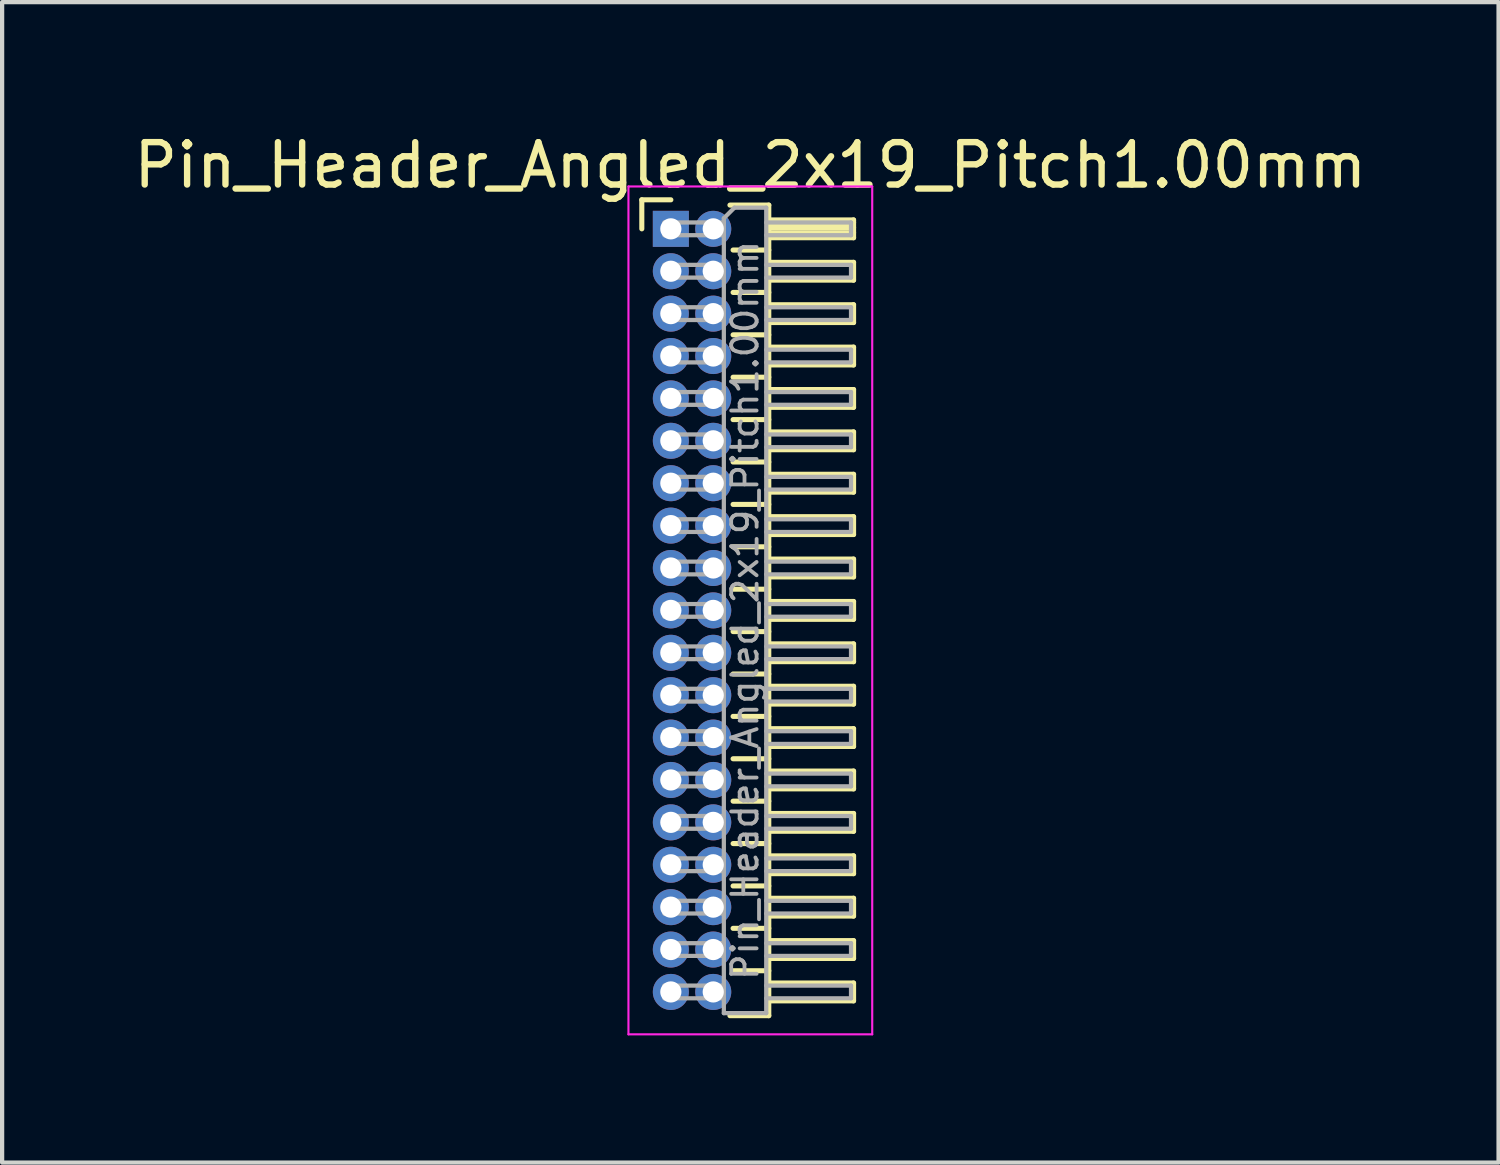
<source format=kicad_pcb>
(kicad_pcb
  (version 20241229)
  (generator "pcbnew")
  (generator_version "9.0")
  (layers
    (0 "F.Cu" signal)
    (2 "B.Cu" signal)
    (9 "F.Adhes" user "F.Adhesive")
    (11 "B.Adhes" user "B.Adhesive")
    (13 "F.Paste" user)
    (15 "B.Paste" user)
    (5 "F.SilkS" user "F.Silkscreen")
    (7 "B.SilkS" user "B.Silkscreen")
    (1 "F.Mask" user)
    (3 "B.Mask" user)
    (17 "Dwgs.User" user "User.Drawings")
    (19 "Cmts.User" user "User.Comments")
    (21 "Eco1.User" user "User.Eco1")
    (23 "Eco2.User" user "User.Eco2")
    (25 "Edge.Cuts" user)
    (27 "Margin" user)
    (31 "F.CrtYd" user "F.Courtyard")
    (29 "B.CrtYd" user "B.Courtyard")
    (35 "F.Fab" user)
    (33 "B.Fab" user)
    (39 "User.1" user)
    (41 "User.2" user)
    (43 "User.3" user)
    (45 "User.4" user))
  (footprint "Pin_Header_Angled_2x19_Pitch1.00mm"
    (layer "F.Cu")
    (at 12.774 2.348)
    (property "Reference" "Pin_Header_Angled_2x19_Pitch1.00mm" (at 1.875 -1.5 0) (layer "F.SilkS") (effects (font (size 1 1) (thickness 0.15))))
    (attr through_hole)
    (fp_line (start -0.685 -0.685) (end 0 -0.685) (stroke (width 0.12) (type solid)) (layer "F.SilkS"))
    (fp_line (start -0.685 0) (end -0.685 -0.685) (stroke (width 0.12) (type solid)) (layer "F.SilkS"))
    (fp_line (start 1.394 -0.56) (end 2.31 -0.56) (stroke (width 0.12) (type solid)) (layer "F.SilkS"))
    (fp_line (start 1.468 0.5) (end 2.31 0.5) (stroke (width 0.12) (type solid)) (layer "F.SilkS"))
    (fp_line (start 1.468 1.5) (end 2.31 1.5) (stroke (width 0.12) (type solid)) (layer "F.SilkS"))
    (fp_line (start 1.468 2.5) (end 2.31 2.5) (stroke (width 0.12) (type solid)) (layer "F.SilkS"))
    (fp_line (start 1.468 3.5) (end 2.31 3.5) (stroke (width 0.12) (type solid)) (layer "F.SilkS"))
    (fp_line (start 1.468 4.5) (end 2.31 4.5) (stroke (width 0.12) (type solid)) (layer "F.SilkS"))
    (fp_line (start 1.468 5.5) (end 2.31 5.5) (stroke (width 0.12) (type solid)) (layer "F.SilkS"))
    (fp_line (start 1.468 6.5) (end 2.31 6.5) (stroke (width 0.12) (type solid)) (layer "F.SilkS"))
    (fp_line (start 1.468 7.5) (end 2.31 7.5) (stroke (width 0.12) (type solid)) (layer "F.SilkS"))
    (fp_line (start 1.468 8.5) (end 2.31 8.5) (stroke (width 0.12) (type solid)) (layer "F.SilkS"))
    (fp_line (start 1.468 9.5) (end 2.31 9.5) (stroke (width 0.12) (type solid)) (layer "F.SilkS"))
    (fp_line (start 1.468 10.5) (end 2.31 10.5) (stroke (width 0.12) (type solid)) (layer "F.SilkS"))
    (fp_line (start 1.468 11.5) (end 2.31 11.5) (stroke (width 0.12) (type solid)) (layer "F.SilkS"))
    (fp_line (start 1.468 12.5) (end 2.31 12.5) (stroke (width 0.12) (type solid)) (layer "F.SilkS"))
    (fp_line (start 1.468 13.5) (end 2.31 13.5) (stroke (width 0.12) (type solid)) (layer "F.SilkS"))
    (fp_line (start 1.468 14.5) (end 2.31 14.5) (stroke (width 0.12) (type solid)) (layer "F.SilkS"))
    (fp_line (start 1.468 15.5) (end 2.31 15.5) (stroke (width 0.12) (type solid)) (layer "F.SilkS"))
    (fp_line (start 1.468 16.5) (end 2.31 16.5) (stroke (width 0.12) (type solid)) (layer "F.SilkS"))
    (fp_line (start 1.468 17.5) (end 2.31 17.5) (stroke (width 0.12) (type solid)) (layer "F.SilkS"))
    (fp_line (start 2.31 -0.56) (end 2.31 18.56) (stroke (width 0.12) (type solid)) (layer "F.SilkS"))
    (fp_line (start 2.31 -0.21) (end 4.31 -0.21) (stroke (width 0.12) (type solid)) (layer "F.SilkS"))
    (fp_line (start 2.31 -0.15) (end 4.31 -0.15) (stroke (width 0.12) (type solid)) (layer "F.SilkS"))
    (fp_line (start 2.31 -0.03) (end 4.31 -0.03) (stroke (width 0.12) (type solid)) (layer "F.SilkS"))
    (fp_line (start 2.31 0.09) (end 4.31 0.09) (stroke (width 0.12) (type solid)) (layer "F.SilkS"))
    (fp_line (start 2.31 0.79) (end 4.31 0.79) (stroke (width 0.12) (type solid)) (layer "F.SilkS"))
    (fp_line (start 2.31 1.79) (end 4.31 1.79) (stroke (width 0.12) (type solid)) (layer "F.SilkS"))
    (fp_line (start 2.31 2.79) (end 4.31 2.79) (stroke (width 0.12) (type solid)) (layer "F.SilkS"))
    (fp_line (start 2.31 3.79) (end 4.31 3.79) (stroke (width 0.12) (type solid)) (layer "F.SilkS"))
    (fp_line (start 2.31 4.79) (end 4.31 4.79) (stroke (width 0.12) (type solid)) (layer "F.SilkS"))
    (fp_line (start 2.31 5.79) (end 4.31 5.79) (stroke (width 0.12) (type solid)) (layer "F.SilkS"))
    (fp_line (start 2.31 6.79) (end 4.31 6.79) (stroke (width 0.12) (type solid)) (layer "F.SilkS"))
    (fp_line (start 2.31 7.79) (end 4.31 7.79) (stroke (width 0.12) (type solid)) (layer "F.SilkS"))
    (fp_line (start 2.31 8.79) (end 4.31 8.79) (stroke (width 0.12) (type solid)) (layer "F.SilkS"))
    (fp_line (start 2.31 9.79) (end 4.31 9.79) (stroke (width 0.12) (type solid)) (layer "F.SilkS"))
    (fp_line (start 2.31 10.79) (end 4.31 10.79) (stroke (width 0.12) (type solid)) (layer "F.SilkS"))
    (fp_line (start 2.31 11.79) (end 4.31 11.79) (stroke (width 0.12) (type solid)) (layer "F.SilkS"))
    (fp_line (start 2.31 12.79) (end 4.31 12.79) (stroke (width 0.12) (type solid)) (layer "F.SilkS"))
    (fp_line (start 2.31 13.79) (end 4.31 13.79) (stroke (width 0.12) (type solid)) (layer "F.SilkS"))
    (fp_line (start 2.31 14.79) (end 4.31 14.79) (stroke (width 0.12) (type solid)) (layer "F.SilkS"))
    (fp_line (start 2.31 15.79) (end 4.31 15.79) (stroke (width 0.12) (type solid)) (layer "F.SilkS"))
    (fp_line (start 2.31 16.79) (end 4.31 16.79) (stroke (width 0.12) (type solid)) (layer "F.SilkS"))
    (fp_line (start 2.31 17.79) (end 4.31 17.79) (stroke (width 0.12) (type solid)) (layer "F.SilkS"))
    (fp_line (start 2.31 18.56) (end 1.394 18.56) (stroke (width 0.12) (type solid)) (layer "F.SilkS"))
    (fp_line (start 4.31 -0.21) (end 4.31 0.21) (stroke (width 0.12) (type solid)) (layer "F.SilkS"))
    (fp_line (start 4.31 0.21) (end 2.31 0.21) (stroke (width 0.12) (type solid)) (layer "F.SilkS"))
    (fp_line (start 4.31 0.79) (end 4.31 1.21) (stroke (width 0.12) (type solid)) (layer "F.SilkS"))
    (fp_line (start 4.31 1.21) (end 2.31 1.21) (stroke (width 0.12) (type solid)) (layer "F.SilkS"))
    (fp_line (start 4.31 1.79) (end 4.31 2.21) (stroke (width 0.12) (type solid)) (layer "F.SilkS"))
    (fp_line (start 4.31 2.21) (end 2.31 2.21) (stroke (width 0.12) (type solid)) (layer "F.SilkS"))
    (fp_line (start 4.31 2.79) (end 4.31 3.21) (stroke (width 0.12) (type solid)) (layer "F.SilkS"))
    (fp_line (start 4.31 3.21) (end 2.31 3.21) (stroke (width 0.12) (type solid)) (layer "F.SilkS"))
    (fp_line (start 4.31 3.79) (end 4.31 4.21) (stroke (width 0.12) (type solid)) (layer "F.SilkS"))
    (fp_line (start 4.31 4.21) (end 2.31 4.21) (stroke (width 0.12) (type solid)) (layer "F.SilkS"))
    (fp_line (start 4.31 4.79) (end 4.31 5.21) (stroke (width 0.12) (type solid)) (layer "F.SilkS"))
    (fp_line (start 4.31 5.21) (end 2.31 5.21) (stroke (width 0.12) (type solid)) (layer "F.SilkS"))
    (fp_line (start 4.31 5.79) (end 4.31 6.21) (stroke (width 0.12) (type solid)) (layer "F.SilkS"))
    (fp_line (start 4.31 6.21) (end 2.31 6.21) (stroke (width 0.12) (type solid)) (layer "F.SilkS"))
    (fp_line (start 4.31 6.79) (end 4.31 7.21) (stroke (width 0.12) (type solid)) (layer "F.SilkS"))
    (fp_line (start 4.31 7.21) (end 2.31 7.21) (stroke (width 0.12) (type solid)) (layer "F.SilkS"))
    (fp_line (start 4.31 7.79) (end 4.31 8.21) (stroke (width 0.12) (type solid)) (layer "F.SilkS"))
    (fp_line (start 4.31 8.21) (end 2.31 8.21) (stroke (width 0.12) (type solid)) (layer "F.SilkS"))
    (fp_line (start 4.31 8.79) (end 4.31 9.21) (stroke (width 0.12) (type solid)) (layer "F.SilkS"))
    (fp_line (start 4.31 9.21) (end 2.31 9.21) (stroke (width 0.12) (type solid)) (layer "F.SilkS"))
    (fp_line (start 4.31 9.79) (end 4.31 10.21) (stroke (width 0.12) (type solid)) (layer "F.SilkS"))
    (fp_line (start 4.31 10.21) (end 2.31 10.21) (stroke (width 0.12) (type solid)) (layer "F.SilkS"))
    (fp_line (start 4.31 10.79) (end 4.31 11.21) (stroke (width 0.12) (type solid)) (layer "F.SilkS"))
    (fp_line (start 4.31 11.21) (end 2.31 11.21) (stroke (width 0.12) (type solid)) (layer "F.SilkS"))
    (fp_line (start 4.31 11.79) (end 4.31 12.21) (stroke (width 0.12) (type solid)) (layer "F.SilkS"))
    (fp_line (start 4.31 12.21) (end 2.31 12.21) (stroke (width 0.12) (type solid)) (layer "F.SilkS"))
    (fp_line (start 4.31 12.79) (end 4.31 13.21) (stroke (width 0.12) (type solid)) (layer "F.SilkS"))
    (fp_line (start 4.31 13.21) (end 2.31 13.21) (stroke (width 0.12) (type solid)) (layer "F.SilkS"))
    (fp_line (start 4.31 13.79) (end 4.31 14.21) (stroke (width 0.12) (type solid)) (layer "F.SilkS"))
    (fp_line (start 4.31 14.21) (end 2.31 14.21) (stroke (width 0.12) (type solid)) (layer "F.SilkS"))
    (fp_line (start 4.31 14.79) (end 4.31 15.21) (stroke (width 0.12) (type solid)) (layer "F.SilkS"))
    (fp_line (start 4.31 15.21) (end 2.31 15.21) (stroke (width 0.12) (type solid)) (layer "F.SilkS"))
    (fp_line (start 4.31 15.79) (end 4.31 16.21) (stroke (width 0.12) (type solid)) (layer "F.SilkS"))
    (fp_line (start 4.31 16.21) (end 2.31 16.21) (stroke (width 0.12) (type solid)) (layer "F.SilkS"))
    (fp_line (start 4.31 16.79) (end 4.31 17.21) (stroke (width 0.12) (type solid)) (layer "F.SilkS"))
    (fp_line (start 4.31 17.21) (end 2.31 17.21) (stroke (width 0.12) (type solid)) (layer "F.SilkS"))
    (fp_line (start 4.31 17.79) (end 4.31 18.21) (stroke (width 0.12) (type solid)) (layer "F.SilkS"))
    (fp_line (start 4.31 18.21) (end 2.31 18.21) (stroke (width 0.12) (type solid)) (layer "F.SilkS"))
    (fp_line (start -1 -1) (end -1 19) (stroke (width 0.05) (type solid)) (layer "F.CrtYd"))
    (fp_line (start -1 19) (end 4.75 19) (stroke (width 0.05) (type solid)) (layer "F.CrtYd"))
    (fp_line (start 4.75 -1) (end -1 -1) (stroke (width 0.05) (type solid)) (layer "F.CrtYd"))
    (fp_line (start 4.75 19) (end 4.75 -1) (stroke (width 0.05) (type solid)) (layer "F.CrtYd"))
    (fp_line (start -0.15 -0.15) (end -0.15 0.15) (stroke (width 0.1) (type solid)) (layer "F.Fab"))
    (fp_line (start -0.15 -0.15) (end 1.25 -0.15) (stroke (width 0.1) (type solid)) (layer "F.Fab"))
    (fp_line (start -0.15 0.15) (end 1.25 0.15) (stroke (width 0.1) (type solid)) (layer "F.Fab"))
    (fp_line (start -0.15 0.85) (end -0.15 1.15) (stroke (width 0.1) (type solid)) (layer "F.Fab"))
    (fp_line (start -0.15 0.85) (end 1.25 0.85) (stroke (width 0.1) (type solid)) (layer "F.Fab"))
    (fp_line (start -0.15 1.15) (end 1.25 1.15) (stroke (width 0.1) (type solid)) (layer "F.Fab"))
    (fp_line (start -0.15 1.85) (end -0.15 2.15) (stroke (width 0.1) (type solid)) (layer "F.Fab"))
    (fp_line (start -0.15 1.85) (end 1.25 1.85) (stroke (width 0.1) (type solid)) (layer "F.Fab"))
    (fp_line (start -0.15 2.15) (end 1.25 2.15) (stroke (width 0.1) (type solid)) (layer "F.Fab"))
    (fp_line (start -0.15 2.85) (end -0.15 3.15) (stroke (width 0.1) (type solid)) (layer "F.Fab"))
    (fp_line (start -0.15 2.85) (end 1.25 2.85) (stroke (width 0.1) (type solid)) (layer "F.Fab"))
    (fp_line (start -0.15 3.15) (end 1.25 3.15) (stroke (width 0.1) (type solid)) (layer "F.Fab"))
    (fp_line (start -0.15 3.85) (end -0.15 4.15) (stroke (width 0.1) (type solid)) (layer "F.Fab"))
    (fp_line (start -0.15 3.85) (end 1.25 3.85) (stroke (width 0.1) (type solid)) (layer "F.Fab"))
    (fp_line (start -0.15 4.15) (end 1.25 4.15) (stroke (width 0.1) (type solid)) (layer "F.Fab"))
    (fp_line (start -0.15 4.85) (end -0.15 5.15) (stroke (width 0.1) (type solid)) (layer "F.Fab"))
    (fp_line (start -0.15 4.85) (end 1.25 4.85) (stroke (width 0.1) (type solid)) (layer "F.Fab"))
    (fp_line (start -0.15 5.15) (end 1.25 5.15) (stroke (width 0.1) (type solid)) (layer "F.Fab"))
    (fp_line (start -0.15 5.85) (end -0.15 6.15) (stroke (width 0.1) (type solid)) (layer "F.Fab"))
    (fp_line (start -0.15 5.85) (end 1.25 5.85) (stroke (width 0.1) (type solid)) (layer "F.Fab"))
    (fp_line (start -0.15 6.15) (end 1.25 6.15) (stroke (width 0.1) (type solid)) (layer "F.Fab"))
    (fp_line (start -0.15 6.85) (end -0.15 7.15) (stroke (width 0.1) (type solid)) (layer "F.Fab"))
    (fp_line (start -0.15 6.85) (end 1.25 6.85) (stroke (width 0.1) (type solid)) (layer "F.Fab"))
    (fp_line (start -0.15 7.15) (end 1.25 7.15) (stroke (width 0.1) (type solid)) (layer "F.Fab"))
    (fp_line (start -0.15 7.85) (end -0.15 8.15) (stroke (width 0.1) (type solid)) (layer "F.Fab"))
    (fp_line (start -0.15 7.85) (end 1.25 7.85) (stroke (width 0.1) (type solid)) (layer "F.Fab"))
    (fp_line (start -0.15 8.15) (end 1.25 8.15) (stroke (width 0.1) (type solid)) (layer "F.Fab"))
    (fp_line (start -0.15 8.85) (end -0.15 9.15) (stroke (width 0.1) (type solid)) (layer "F.Fab"))
    (fp_line (start -0.15 8.85) (end 1.25 8.85) (stroke (width 0.1) (type solid)) (layer "F.Fab"))
    (fp_line (start -0.15 9.15) (end 1.25 9.15) (stroke (width 0.1) (type solid)) (layer "F.Fab"))
    (fp_line (start -0.15 9.85) (end -0.15 10.15) (stroke (width 0.1) (type solid)) (layer "F.Fab"))
    (fp_line (start -0.15 9.85) (end 1.25 9.85) (stroke (width 0.1) (type solid)) (layer "F.Fab"))
    (fp_line (start -0.15 10.15) (end 1.25 10.15) (stroke (width 0.1) (type solid)) (layer "F.Fab"))
    (fp_line (start -0.15 10.85) (end -0.15 11.15) (stroke (width 0.1) (type solid)) (layer "F.Fab"))
    (fp_line (start -0.15 10.85) (end 1.25 10.85) (stroke (width 0.1) (type solid)) (layer "F.Fab"))
    (fp_line (start -0.15 11.15) (end 1.25 11.15) (stroke (width 0.1) (type solid)) (layer "F.Fab"))
    (fp_line (start -0.15 11.85) (end -0.15 12.15) (stroke (width 0.1) (type solid)) (layer "F.Fab"))
    (fp_line (start -0.15 11.85) (end 1.25 11.85) (stroke (width 0.1) (type solid)) (layer "F.Fab"))
    (fp_line (start -0.15 12.15) (end 1.25 12.15) (stroke (width 0.1) (type solid)) (layer "F.Fab"))
    (fp_line (start -0.15 12.85) (end -0.15 13.15) (stroke (width 0.1) (type solid)) (layer "F.Fab"))
    (fp_line (start -0.15 12.85) (end 1.25 12.85) (stroke (width 0.1) (type solid)) (layer "F.Fab"))
    (fp_line (start -0.15 13.15) (end 1.25 13.15) (stroke (width 0.1) (type solid)) (layer "F.Fab"))
    (fp_line (start -0.15 13.85) (end -0.15 14.15) (stroke (width 0.1) (type solid)) (layer "F.Fab"))
    (fp_line (start -0.15 13.85) (end 1.25 13.85) (stroke (width 0.1) (type solid)) (layer "F.Fab"))
    (fp_line (start -0.15 14.15) (end 1.25 14.15) (stroke (width 0.1) (type solid)) (layer "F.Fab"))
    (fp_line (start -0.15 14.85) (end -0.15 15.15) (stroke (width 0.1) (type solid)) (layer "F.Fab"))
    (fp_line (start -0.15 14.85) (end 1.25 14.85) (stroke (width 0.1) (type solid)) (layer "F.Fab"))
    (fp_line (start -0.15 15.15) (end 1.25 15.15) (stroke (width 0.1) (type solid)) (layer "F.Fab"))
    (fp_line (start -0.15 15.85) (end -0.15 16.15) (stroke (width 0.1) (type solid)) (layer "F.Fab"))
    (fp_line (start -0.15 15.85) (end 1.25 15.85) (stroke (width 0.1) (type solid)) (layer "F.Fab"))
    (fp_line (start -0.15 16.15) (end 1.25 16.15) (stroke (width 0.1) (type solid)) (layer "F.Fab"))
    (fp_line (start -0.15 16.85) (end -0.15 17.15) (stroke (width 0.1) (type solid)) (layer "F.Fab"))
    (fp_line (start -0.15 16.85) (end 1.25 16.85) (stroke (width 0.1) (type solid)) (layer "F.Fab"))
    (fp_line (start -0.15 17.15) (end 1.25 17.15) (stroke (width 0.1) (type solid)) (layer "F.Fab"))
    (fp_line (start -0.15 17.85) (end -0.15 18.15) (stroke (width 0.1) (type solid)) (layer "F.Fab"))
    (fp_line (start -0.15 17.85) (end 1.25 17.85) (stroke (width 0.1) (type solid)) (layer "F.Fab"))
    (fp_line (start -0.15 18.15) (end 1.25 18.15) (stroke (width 0.1) (type solid)) (layer "F.Fab"))
    (fp_line (start 1.25 -0.25) (end 1.5 -0.5) (stroke (width 0.1) (type solid)) (layer "F.Fab"))
    (fp_line (start 1.25 18.5) (end 1.25 -0.25) (stroke (width 0.1) (type solid)) (layer "F.Fab"))
    (fp_line (start 1.5 -0.5) (end 2.25 -0.5) (stroke (width 0.1) (type solid)) (layer "F.Fab"))
    (fp_line (start 2.25 -0.5) (end 2.25 18.5) (stroke (width 0.1) (type solid)) (layer "F.Fab"))
    (fp_line (start 2.25 -0.15) (end 4.25 -0.15) (stroke (width 0.1) (type solid)) (layer "F.Fab"))
    (fp_line (start 2.25 0.15) (end 4.25 0.15) (stroke (width 0.1) (type solid)) (layer "F.Fab"))
    (fp_line (start 2.25 0.85) (end 4.25 0.85) (stroke (width 0.1) (type solid)) (layer "F.Fab"))
    (fp_line (start 2.25 1.15) (end 4.25 1.15) (stroke (width 0.1) (type solid)) (layer "F.Fab"))
    (fp_line (start 2.25 1.85) (end 4.25 1.85) (stroke (width 0.1) (type solid)) (layer "F.Fab"))
    (fp_line (start 2.25 2.15) (end 4.25 2.15) (stroke (width 0.1) (type solid)) (layer "F.Fab"))
    (fp_line (start 2.25 2.85) (end 4.25 2.85) (stroke (width 0.1) (type solid)) (layer "F.Fab"))
    (fp_line (start 2.25 3.15) (end 4.25 3.15) (stroke (width 0.1) (type solid)) (layer "F.Fab"))
    (fp_line (start 2.25 3.85) (end 4.25 3.85) (stroke (width 0.1) (type solid)) (layer "F.Fab"))
    (fp_line (start 2.25 4.15) (end 4.25 4.15) (stroke (width 0.1) (type solid)) (layer "F.Fab"))
    (fp_line (start 2.25 4.85) (end 4.25 4.85) (stroke (width 0.1) (type solid)) (layer "F.Fab"))
    (fp_line (start 2.25 5.15) (end 4.25 5.15) (stroke (width 0.1) (type solid)) (layer "F.Fab"))
    (fp_line (start 2.25 5.85) (end 4.25 5.85) (stroke (width 0.1) (type solid)) (layer "F.Fab"))
    (fp_line (start 2.25 6.15) (end 4.25 6.15) (stroke (width 0.1) (type solid)) (layer "F.Fab"))
    (fp_line (start 2.25 6.85) (end 4.25 6.85) (stroke (width 0.1) (type solid)) (layer "F.Fab"))
    (fp_line (start 2.25 7.15) (end 4.25 7.15) (stroke (width 0.1) (type solid)) (layer "F.Fab"))
    (fp_line (start 2.25 7.85) (end 4.25 7.85) (stroke (width 0.1) (type solid)) (layer "F.Fab"))
    (fp_line (start 2.25 8.15) (end 4.25 8.15) (stroke (width 0.1) (type solid)) (layer "F.Fab"))
    (fp_line (start 2.25 8.85) (end 4.25 8.85) (stroke (width 0.1) (type solid)) (layer "F.Fab"))
    (fp_line (start 2.25 9.15) (end 4.25 9.15) (stroke (width 0.1) (type solid)) (layer "F.Fab"))
    (fp_line (start 2.25 9.85) (end 4.25 9.85) (stroke (width 0.1) (type solid)) (layer "F.Fab"))
    (fp_line (start 2.25 10.15) (end 4.25 10.15) (stroke (width 0.1) (type solid)) (layer "F.Fab"))
    (fp_line (start 2.25 10.85) (end 4.25 10.85) (stroke (width 0.1) (type solid)) (layer "F.Fab"))
    (fp_line (start 2.25 11.15) (end 4.25 11.15) (stroke (width 0.1) (type solid)) (layer "F.Fab"))
    (fp_line (start 2.25 11.85) (end 4.25 11.85) (stroke (width 0.1) (type solid)) (layer "F.Fab"))
    (fp_line (start 2.25 12.15) (end 4.25 12.15) (stroke (width 0.1) (type solid)) (layer "F.Fab"))
    (fp_line (start 2.25 12.85) (end 4.25 12.85) (stroke (width 0.1) (type solid)) (layer "F.Fab"))
    (fp_line (start 2.25 13.15) (end 4.25 13.15) (stroke (width 0.1) (type solid)) (layer "F.Fab"))
    (fp_line (start 2.25 13.85) (end 4.25 13.85) (stroke (width 0.1) (type solid)) (layer "F.Fab"))
    (fp_line (start 2.25 14.15) (end 4.25 14.15) (stroke (width 0.1) (type solid)) (layer "F.Fab"))
    (fp_line (start 2.25 14.85) (end 4.25 14.85) (stroke (width 0.1) (type solid)) (layer "F.Fab"))
    (fp_line (start 2.25 15.15) (end 4.25 15.15) (stroke (width 0.1) (type solid)) (layer "F.Fab"))
    (fp_line (start 2.25 15.85) (end 4.25 15.85) (stroke (width 0.1) (type solid)) (layer "F.Fab"))
    (fp_line (start 2.25 16.15) (end 4.25 16.15) (stroke (width 0.1) (type solid)) (layer "F.Fab"))
    (fp_line (start 2.25 16.85) (end 4.25 16.85) (stroke (width 0.1) (type solid)) (layer "F.Fab"))
    (fp_line (start 2.25 17.15) (end 4.25 17.15) (stroke (width 0.1) (type solid)) (layer "F.Fab"))
    (fp_line (start 2.25 17.85) (end 4.25 17.85) (stroke (width 0.1) (type solid)) (layer "F.Fab"))
    (fp_line (start 2.25 18.15) (end 4.25 18.15) (stroke (width 0.1) (type solid)) (layer "F.Fab"))
    (fp_line (start 2.25 18.5) (end 1.25 18.5) (stroke (width 0.1) (type solid)) (layer "F.Fab"))
    (fp_line (start 4.25 -0.15) (end 4.25 0.15) (stroke (width 0.1) (type solid)) (layer "F.Fab"))
    (fp_line (start 4.25 0.85) (end 4.25 1.15) (stroke (width 0.1) (type solid)) (layer "F.Fab"))
    (fp_line (start 4.25 1.85) (end 4.25 2.15) (stroke (width 0.1) (type solid)) (layer "F.Fab"))
    (fp_line (start 4.25 2.85) (end 4.25 3.15) (stroke (width 0.1) (type solid)) (layer "F.Fab"))
    (fp_line (start 4.25 3.85) (end 4.25 4.15) (stroke (width 0.1) (type solid)) (layer "F.Fab"))
    (fp_line (start 4.25 4.85) (end 4.25 5.15) (stroke (width 0.1) (type solid)) (layer "F.Fab"))
    (fp_line (start 4.25 5.85) (end 4.25 6.15) (stroke (width 0.1) (type solid)) (layer "F.Fab"))
    (fp_line (start 4.25 6.85) (end 4.25 7.15) (stroke (width 0.1) (type solid)) (layer "F.Fab"))
    (fp_line (start 4.25 7.85) (end 4.25 8.15) (stroke (width 0.1) (type solid)) (layer "F.Fab"))
    (fp_line (start 4.25 8.85) (end 4.25 9.15) (stroke (width 0.1) (type solid)) (layer "F.Fab"))
    (fp_line (start 4.25 9.85) (end 4.25 10.15) (stroke (width 0.1) (type solid)) (layer "F.Fab"))
    (fp_line (start 4.25 10.85) (end 4.25 11.15) (stroke (width 0.1) (type solid)) (layer "F.Fab"))
    (fp_line (start 4.25 11.85) (end 4.25 12.15) (stroke (width 0.1) (type solid)) (layer "F.Fab"))
    (fp_line (start 4.25 12.85) (end 4.25 13.15) (stroke (width 0.1) (type solid)) (layer "F.Fab"))
    (fp_line (start 4.25 13.85) (end 4.25 14.15) (stroke (width 0.1) (type solid)) (layer "F.Fab"))
    (fp_line (start 4.25 14.85) (end 4.25 15.15) (stroke (width 0.1) (type solid)) (layer "F.Fab"))
    (fp_line (start 4.25 15.85) (end 4.25 16.15) (stroke (width 0.1) (type solid)) (layer "F.Fab"))
    (fp_line (start 4.25 16.85) (end 4.25 17.15) (stroke (width 0.1) (type solid)) (layer "F.Fab"))
    (fp_line (start 4.25 17.85) (end 4.25 18.15) (stroke (width 0.1) (type solid)) (layer "F.Fab"))
    (fp_text user "${REFERENCE}" (at 1.75 9 90) (layer "F.Fab") (effects (font (size 0.6 0.6) (thickness 0.09))))
    (pad "1" thru_hole rect (at 0 0) (size 0.85 0.85) (drill 0.5) (layers "*.Cu" "*.Mask"))
    (pad "2" thru_hole oval (at 1 0) (size 0.85 0.85) (drill 0.5) (layers "*.Cu" "*.Mask"))
    (pad "3" thru_hole oval (at 0 1) (size 0.85 0.85) (drill 0.5) (layers "*.Cu" "*.Mask"))
    (pad "4" thru_hole oval (at 1 1) (size 0.85 0.85) (drill 0.5) (layers "*.Cu" "*.Mask"))
    (pad "5" thru_hole oval (at 0 2) (size 0.85 0.85) (drill 0.5) (layers "*.Cu" "*.Mask"))
    (pad "6" thru_hole oval (at 1 2) (size 0.85 0.85) (drill 0.5) (layers "*.Cu" "*.Mask"))
    (pad "7" thru_hole oval (at 0 3) (size 0.85 0.85) (drill 0.5) (layers "*.Cu" "*.Mask"))
    (pad "8" thru_hole oval (at 1 3) (size 0.85 0.85) (drill 0.5) (layers "*.Cu" "*.Mask"))
    (pad "9" thru_hole oval (at 0 4) (size 0.85 0.85) (drill 0.5) (layers "*.Cu" "*.Mask"))
    (pad "10" thru_hole oval (at 1 4) (size 0.85 0.85) (drill 0.5) (layers "*.Cu" "*.Mask"))
    (pad "11" thru_hole oval (at 0 5) (size 0.85 0.85) (drill 0.5) (layers "*.Cu" "*.Mask"))
    (pad "12" thru_hole oval (at 1 5) (size 0.85 0.85) (drill 0.5) (layers "*.Cu" "*.Mask"))
    (pad "13" thru_hole oval (at 0 6) (size 0.85 0.85) (drill 0.5) (layers "*.Cu" "*.Mask"))
    (pad "14" thru_hole oval (at 1 6) (size 0.85 0.85) (drill 0.5) (layers "*.Cu" "*.Mask"))
    (pad "15" thru_hole oval (at 0 7) (size 0.85 0.85) (drill 0.5) (layers "*.Cu" "*.Mask"))
    (pad "16" thru_hole oval (at 1 7) (size 0.85 0.85) (drill 0.5) (layers "*.Cu" "*.Mask"))
    (pad "17" thru_hole oval (at 0 8) (size 0.85 0.85) (drill 0.5) (layers "*.Cu" "*.Mask"))
    (pad "18" thru_hole oval (at 1 8) (size 0.85 0.85) (drill 0.5) (layers "*.Cu" "*.Mask"))
    (pad "19" thru_hole oval (at 0 9) (size 0.85 0.85) (drill 0.5) (layers "*.Cu" "*.Mask"))
    (pad "20" thru_hole oval (at 1 9) (size 0.85 0.85) (drill 0.5) (layers "*.Cu" "*.Mask"))
    (pad "21" thru_hole oval (at 0 10) (size 0.85 0.85) (drill 0.5) (layers "*.Cu" "*.Mask"))
    (pad "22" thru_hole oval (at 1 10) (size 0.85 0.85) (drill 0.5) (layers "*.Cu" "*.Mask"))
    (pad "23" thru_hole oval (at 0 11) (size 0.85 0.85) (drill 0.5) (layers "*.Cu" "*.Mask"))
    (pad "24" thru_hole oval (at 1 11) (size 0.85 0.85) (drill 0.5) (layers "*.Cu" "*.Mask"))
    (pad "25" thru_hole oval (at 0 12) (size 0.85 0.85) (drill 0.5) (layers "*.Cu" "*.Mask"))
    (pad "26" thru_hole oval (at 1 12) (size 0.85 0.85) (drill 0.5) (layers "*.Cu" "*.Mask"))
    (pad "27" thru_hole oval (at 0 13) (size 0.85 0.85) (drill 0.5) (layers "*.Cu" "*.Mask"))
    (pad "28" thru_hole oval (at 1 13) (size 0.85 0.85) (drill 0.5) (layers "*.Cu" "*.Mask"))
    (pad "29" thru_hole oval (at 0 14) (size 0.85 0.85) (drill 0.5) (layers "*.Cu" "*.Mask"))
    (pad "30" thru_hole oval (at 1 14) (size 0.85 0.85) (drill 0.5) (layers "*.Cu" "*.Mask"))
    (pad "31" thru_hole oval (at 0 15) (size 0.85 0.85) (drill 0.5) (layers "*.Cu" "*.Mask"))
    (pad "32" thru_hole oval (at 1 15) (size 0.85 0.85) (drill 0.5) (layers "*.Cu" "*.Mask"))
    (pad "33" thru_hole oval (at 0 16) (size 0.85 0.85) (drill 0.5) (layers "*.Cu" "*.Mask"))
    (pad "34" thru_hole oval (at 1 16) (size 0.85 0.85) (drill 0.5) (layers "*.Cu" "*.Mask"))
    (pad "35" thru_hole oval (at 0 17) (size 0.85 0.85) (drill 0.5) (layers "*.Cu" "*.Mask"))
    (pad "36" thru_hole oval (at 1 17) (size 0.85 0.85) (drill 0.5) (layers "*.Cu" "*.Mask"))
    (pad "37" thru_hole oval (at 0 18) (size 0.85 0.85) (drill 0.5) (layers "*.Cu" "*.Mask"))
    (pad "38" thru_hole oval (at 1 18) (size 0.85 0.85) (drill 0.5) (layers "*.Cu" "*.Mask")))
  (gr_rect
    (start -3 -3)
    (end 32.298 24.373)
    (stroke (width 0.1) (type default))
    (fill no)
    (layer "Edge.Cuts")))
</source>
